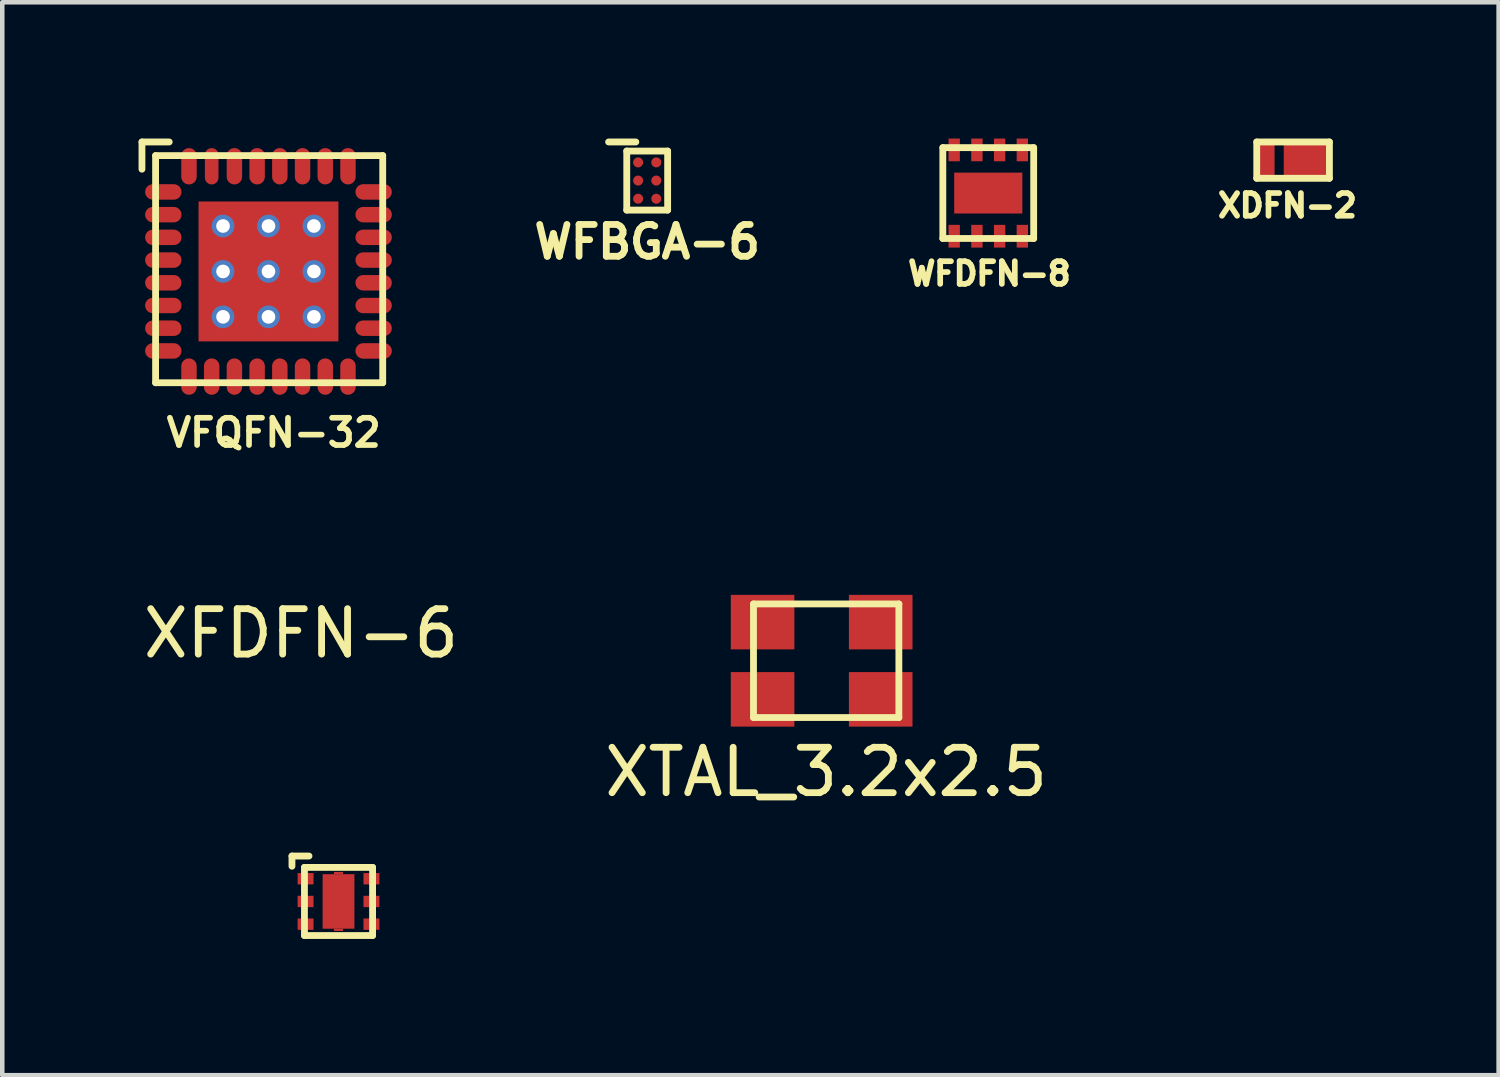
<source format=kicad_pcb>
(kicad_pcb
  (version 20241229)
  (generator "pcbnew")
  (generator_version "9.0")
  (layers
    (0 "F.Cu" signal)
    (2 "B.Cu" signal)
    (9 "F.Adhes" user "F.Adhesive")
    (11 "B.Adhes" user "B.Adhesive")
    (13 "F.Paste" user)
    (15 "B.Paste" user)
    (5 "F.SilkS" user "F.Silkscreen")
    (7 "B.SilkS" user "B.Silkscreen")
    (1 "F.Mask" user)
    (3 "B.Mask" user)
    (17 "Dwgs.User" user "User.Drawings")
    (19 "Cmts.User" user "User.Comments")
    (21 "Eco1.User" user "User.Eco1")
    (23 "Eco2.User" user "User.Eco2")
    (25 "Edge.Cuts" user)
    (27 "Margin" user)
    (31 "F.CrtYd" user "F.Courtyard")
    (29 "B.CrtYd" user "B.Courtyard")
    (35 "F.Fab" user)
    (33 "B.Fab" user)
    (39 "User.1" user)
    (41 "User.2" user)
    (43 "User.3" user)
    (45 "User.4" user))
  (footprint "XTAL_3.2x2.5"
    (layer "F.Cu")
    (at 15.137 11.545)
    (property "Reference" "XTAL_3.2x2.5" (at 0 2.4 0) (layer "F.SilkS") (effects (font (size 1 1) (thickness 0.15))))
    (attr through_hole)
    (fp_line (start -1.6 -1.3) (end 1.6 -1.3) (stroke (width 0.15) (type solid)) (layer "F.SilkS"))
    (fp_line (start -1.6 1.2) (end -1.6 -1.3) (stroke (width 0.15) (type solid)) (layer "F.SilkS"))
    (fp_line (start 1.6 -1.3) (end 1.6 1.2) (stroke (width 0.15) (type solid)) (layer "F.SilkS"))
    (fp_line (start 1.6 1.2) (end -1.6 1.2) (stroke (width 0.15) (type solid)) (layer "F.SilkS"))
    (pad "1" smd rect (at -1.4 0.8) (size 1.4 1.2) (layers "F.Cu" "F.Mask" "F.Paste"))
    (pad "2" smd rect (at 1.2 0.8) (size 1.4 1.2) (layers "F.Cu" "F.Mask" "F.Paste"))
    (pad "3" smd rect (at 1.2 -0.9) (size 1.4 1.2) (layers "F.Cu" "F.Mask" "F.Paste"))
    (pad "4" smd rect (at -1.4 -0.9) (size 1.4 1.2) (layers "F.Cu" "F.Mask" "F.Paste")))
  (footprint "XDFN-2"
    (layer "F.Cu")
    (at 24.815 0.475)
    (property "Reference" "XDFN-2" (at 0.475 1 0) (layer "F.SilkS") (effects (font (size 0.5 0.5) (thickness 0.125))))
    (attr through_hole)
    (fp_line (start -0.2 -0.4) (end 1.4 -0.4) (stroke (width 0.15) (type solid)) (layer "F.SilkS"))
    (fp_line (start -0.2 0.4) (end -0.2 -0.4) (stroke (width 0.15) (type solid)) (layer "F.SilkS"))
    (fp_line (start 1.4 -0.4) (end 1.4 0.4) (stroke (width 0.15) (type solid)) (layer "F.SilkS"))
    (fp_line (start 1.4 0.4) (end -0.2 0.4) (stroke (width 0.15) (type solid)) (layer "F.SilkS"))
    (pad "1" smd rect (at 0.912 0) (size 1.035 0.69) (layers "F.Cu" "F.Mask" "F.Paste"))
    (pad "2" smd rect (at 0 0) (size 0.385 0.69) (layers "F.Cu" "F.Mask" "F.Paste")))
  (footprint "WFBGA-6"
    (layer "F.Cu")
    (at 11.197 0.925)
    (property "Reference" "WFBGA-6" (at 0 1.35 0) (layer "F.SilkS") (effects (font (size 0.7 0.7) (thickness 0.15))))
    (attr through_hole)
    (fp_line (start -0.85 -0.85) (end -0.25 -0.85) (stroke (width 0.15) (type solid)) (layer "F.SilkS"))
    (fp_line (start -0.45 -0.65) (end 0.45 -0.65) (stroke (width 0.15) (type solid)) (layer "F.SilkS"))
    (fp_line (start -0.45 0.65) (end -0.45 -0.65) (stroke (width 0.15) (type solid)) (layer "F.SilkS"))
    (fp_line (start 0.45 -0.65) (end 0.45 0.65) (stroke (width 0.15) (type solid)) (layer "F.SilkS"))
    (fp_line (start 0.45 0.65) (end -0.45 0.65) (stroke (width 0.15) (type solid)) (layer "F.SilkS"))
    (pad "A1" smd circle (at -0.2 -0.4) (size 0.22 0.22) (layers "F.Cu" "F.Mask" "F.Paste"))
    (pad "A2" smd circle (at 0.2 -0.4) (size 0.22 0.22) (layers "F.Cu" "F.Mask" "F.Paste"))
    (pad "B1" smd circle (at -0.2 0) (size 0.22 0.22) (layers "F.Cu" "F.Mask" "F.Paste"))
    (pad "B2" smd circle (at 0.2 0) (size 0.22 0.22) (layers "F.Cu" "F.Mask" "F.Paste"))
    (pad "C1" smd circle (at -0.2 0.4) (size 0.22 0.22) (layers "F.Cu" "F.Mask" "F.Paste"))
    (pad "C2" smd circle (at 0.2 0.4) (size 0.22 0.22) (layers "F.Cu" "F.Mask" "F.Paste")))
  (footprint "XFDFN-6"
    (layer "F.Cu")
    (at 3.677 16.294)
    (property "Reference" "XFDFN-6" (at -0.1 -5.4 0) (layer "F.SilkS") (effects (font (size 1 1) (thickness 0.15))))
    (attr through_hole)
    (fp_line (start -0.3 -0.5) (end -0.3 -0.275) (stroke (width 0.15) (type solid)) (layer "F.SilkS"))
    (fp_line (start -0.025 -0.25) (end 1.475 -0.25) (stroke (width 0.15) (type solid)) (layer "F.SilkS"))
    (fp_line (start -0.025 1.25) (end -0.025 -0.25) (stroke (width 0.15) (type solid)) (layer "F.SilkS"))
    (fp_line (start 0.075 -0.5) (end -0.3 -0.5) (stroke (width 0.15) (type solid)) (layer "F.SilkS"))
    (fp_line (start 1.475 -0.25) (end 1.475 1.25) (stroke (width 0.15) (type solid)) (layer "F.SilkS"))
    (fp_line (start 1.475 1.25) (end -0.025 1.25) (stroke (width 0.15) (type solid)) (layer "F.SilkS"))
    (pad "1" smd rect (at 0 0) (size 0.35 0.25) (layers "F.Cu" "F.Mask" "F.Paste"))
    (pad "2" smd rect (at 0 0.5) (size 0.35 0.25) (layers "F.Cu" "F.Mask" "F.Paste"))
    (pad "3" smd rect (at 0 1) (size 0.35 0.25) (layers "F.Cu" "F.Mask" "F.Paste"))
    (pad "4" smd rect (at 1.45 1) (size 0.35 0.25) (layers "F.Cu" "F.Mask" "F.Paste"))
    (pad "5" smd rect (at 1.45 0.5) (size 0.35 0.25) (layers "F.Cu" "F.Mask" "F.Paste"))
    (pad "6" smd rect (at 1.45 0) (size 0.35 0.25) (layers "F.Cu" "F.Mask" "F.Paste"))
    (pad "PAD" smd rect (at 0.725 -0.125) (size 0.2 0.05) (layers "F.Cu" "F.Mask" "F.Paste"))
    (pad "PAD" smd rect (at 0.725 0.5) (size 0.7 1.2) (layers "F.Cu" "F.Mask" "F.Paste"))
    (pad "PAD" smd rect (at 0.725 1.125) (size 0.2 0.05) (layers "F.Cu" "F.Mask" "F.Paste")))
  (footprint "WFDFN-8"
    (layer "F.Cu")
    (at 18.705 1.2)
    (property "Reference" "WFDFN-8" (at 0.025 1.775 0) (layer "F.SilkS") (effects (font (size 0.5 0.5) (thickness 0.125))))
    (attr through_hole)
    (fp_line (start -1 -1) (end 1 -1) (stroke (width 0.15) (type solid)) (layer "F.SilkS"))
    (fp_line (start -1 1) (end -1 -1) (stroke (width 0.15) (type solid)) (layer "F.SilkS"))
    (fp_line (start 1 -1) (end 1 1) (stroke (width 0.15) (type solid)) (layer "F.SilkS"))
    (fp_line (start 1 1) (end -1 1) (stroke (width 0.15) (type solid)) (layer "F.SilkS"))
    (pad "1" smd rect (at -0.75 0.95) (size 0.25 0.5) (layers "F.Cu" "F.Mask" "F.Paste"))
    (pad "2" smd rect (at -0.25 0.95) (size 0.25 0.5) (layers "F.Cu" "F.Mask" "F.Paste"))
    (pad "3" smd rect (at 0.25 0.95) (size 0.25 0.5) (layers "F.Cu" "F.Mask" "F.Paste"))
    (pad "4" smd rect (at 0.75 0.95) (size 0.25 0.5) (layers "F.Cu" "F.Mask" "F.Paste"))
    (pad "5" smd rect (at 0.75 -0.95) (size 0.25 0.5) (layers "F.Cu" "F.Mask" "F.Paste"))
    (pad "6" smd rect (at 0.25 -0.95) (size 0.25 0.5) (layers "F.Cu" "F.Mask" "F.Paste"))
    (pad "7" smd rect (at -0.25 -0.95) (size 0.25 0.5) (layers "F.Cu" "F.Mask" "F.Paste"))
    (pad "8" smd rect (at -0.75 -0.95) (size 0.25 0.5) (layers "F.Cu" "F.Mask" "F.Paste"))
    (pad "9" smd rect (at 0 0) (size 1.5 0.9) (layers "F.Cu" "F.Mask" "F.Paste")))
  (footprint "VFQFN-32"
    (layer "F.Cu")
    (at 2.86 2.925)
    (property "Reference" "VFQFN-32" (at 0.115 3.55 0) (layer "F.SilkS") (effects (font (size 0.6 0.6) (thickness 0.125))))
    (attr through_hole)
    (fp_line (start -2.785 -2.85) (end -2.785 -2.25) (stroke (width 0.15) (type solid)) (layer "F.SilkS"))
    (fp_line (start -2.485 -2.55) (end 2.515 -2.55) (stroke (width 0.15) (type solid)) (layer "F.SilkS"))
    (fp_line (start -2.485 2.45) (end -2.485 -2.55) (stroke (width 0.15) (type solid)) (layer "F.SilkS"))
    (fp_line (start -2.185 -2.85) (end -2.785 -2.85) (stroke (width 0.15) (type solid)) (layer "F.SilkS"))
    (fp_line (start 2.515 -2.55) (end 2.515 2.45) (stroke (width 0.15) (type solid)) (layer "F.SilkS"))
    (fp_line (start 2.515 2.45) (end -2.485 2.45) (stroke (width 0.15) (type solid)) (layer "F.SilkS"))
    (pad "1" smd oval (at -2.315 -1.75) (size 0.8 0.34) (layers "F.Cu" "F.Mask" "F.Paste"))
    (pad "2" smd oval (at -2.315 -1.25) (size 0.8 0.34) (layers "F.Cu" "F.Mask" "F.Paste"))
    (pad "3" smd oval (at -2.315 -0.75) (size 0.8 0.34) (layers "F.Cu" "F.Mask" "F.Paste"))
    (pad "4" smd oval (at -2.315 -0.25) (size 0.8 0.34) (layers "F.Cu" "F.Mask" "F.Paste"))
    (pad "5" smd oval (at -2.315 0.25) (size 0.8 0.34) (layers "F.Cu" "F.Mask" "F.Paste"))
    (pad "6" smd oval (at -2.315 0.75) (size 0.8 0.34) (layers "F.Cu" "F.Mask" "F.Paste"))
    (pad "7" smd oval (at -2.315 1.25) (size 0.8 0.34) (layers "F.Cu" "F.Mask" "F.Paste"))
    (pad "8" smd oval (at -2.315 1.75) (size 0.8 0.34) (layers "F.Cu" "F.Mask" "F.Paste"))
    (pad "9" smd oval (at -1.75 2.315 90) (size 0.8 0.34) (layers "F.Cu" "F.Mask" "F.Paste"))
    (pad "10" smd oval (at -1.25 2.315 90) (size 0.8 0.34) (layers "F.Cu" "F.Mask" "F.Paste"))
    (pad "11" smd oval (at -0.75 2.315 90) (size 0.8 0.34) (layers "F.Cu" "F.Mask" "F.Paste"))
    (pad "12" smd oval (at -0.25 2.315 90) (size 0.8 0.34) (layers "F.Cu" "F.Mask" "F.Paste"))
    (pad "13" smd oval (at 0.25 2.315 90) (size 0.8 0.34) (layers "F.Cu" "F.Mask" "F.Paste"))
    (pad "14" smd oval (at 0.75 2.315 90) (size 0.8 0.34) (layers "F.Cu" "F.Mask" "F.Paste"))
    (pad "15" smd oval (at 1.25 2.315 90) (size 0.8 0.34) (layers "F.Cu" "F.Mask" "F.Paste"))
    (pad "16" smd oval (at 1.75 2.315 90) (size 0.8 0.34) (layers "F.Cu" "F.Mask" "F.Paste"))
    (pad "17" smd oval (at 2.315 1.75) (size 0.8 0.34) (layers "F.Cu" "F.Mask" "F.Paste"))
    (pad "18" smd oval (at 2.315 1.25) (size 0.8 0.34) (layers "F.Cu" "F.Mask" "F.Paste"))
    (pad "19" smd oval (at 2.315 0.75) (size 0.8 0.34) (layers "F.Cu" "F.Mask" "F.Paste"))
    (pad "20" smd oval (at 2.315 0.25) (size 0.8 0.34) (layers "F.Cu" "F.Mask" "F.Paste"))
    (pad "21" smd oval (at 2.315 -0.25) (size 0.8 0.34) (layers "F.Cu" "F.Mask" "F.Paste"))
    (pad "22" smd oval (at 2.315 -0.75) (size 0.8 0.34) (layers "F.Cu" "F.Mask" "F.Paste"))
    (pad "23" smd oval (at 2.315 -1.25) (size 0.8 0.34) (layers "F.Cu" "F.Mask" "F.Paste"))
    (pad "24" smd oval (at 2.315 -1.75) (size 0.8 0.34) (layers "F.Cu" "F.Mask" "F.Paste"))
    (pad "25" smd oval (at 1.75 -2.315 90) (size 0.8 0.34) (layers "F.Cu" "F.Mask" "F.Paste"))
    (pad "26" smd oval (at 1.25 -2.315 90) (size 0.8 0.34) (layers "F.Cu" "F.Mask" "F.Paste"))
    (pad "27" smd oval (at 0.75 -2.315 90) (size 0.8 0.34) (layers "F.Cu" "F.Mask" "F.Paste"))
    (pad "28" smd oval (at 0.25 -2.315 90) (size 0.8 0.34) (layers "F.Cu" "F.Mask" "F.Paste"))
    (pad "29" smd oval (at -0.25 -2.315 90) (size 0.8 0.34) (layers "F.Cu" "F.Mask" "F.Paste"))
    (pad "30" smd oval (at -0.75 -2.315 90) (size 0.8 0.34) (layers "F.Cu" "F.Mask" "F.Paste"))
    (pad "31" smd oval (at -1.25 -2.315 90) (size 0.8 0.3) (layers "F.Cu" "F.Mask" "F.Paste"))
    (pad "32" smd oval (at -1.75 -2.315 90) (size 0.8 0.34) (layers "F.Cu" "F.Mask" "F.Paste"))
    (pad "EP" thru_hole circle (at -1 -1) (size 0.5 0.5) (drill 0.3) (layers "*.Cu"))
    (pad "EP" thru_hole circle (at -1 0) (size 0.5 0.5) (drill 0.3) (layers "*.Cu"))
    (pad "EP" thru_hole circle (at -1 1) (size 0.5 0.5) (drill 0.3) (layers "*.Cu"))
    (pad "EP" thru_hole circle (at 0 -1) (size 0.5 0.5) (drill 0.3) (layers "*.Cu"))
    (pad "EP" thru_hole circle (at 0 0) (size 0.5 0.5) (drill 0.3) (layers "*.Cu"))
    (pad "EP" smd rect (at 0 0) (size 3.08 3.08) (layers "F.Cu" "F.Mask" "F.Paste"))
    (pad "EP" thru_hole circle (at 0 1) (size 0.5 0.5) (drill 0.3) (layers "*.Cu"))
    (pad "EP" thru_hole circle (at 1 -1) (size 0.5 0.5) (drill 0.3) (layers "*.Cu"))
    (pad "EP" thru_hole circle (at 1 0) (size 0.5 0.5) (drill 0.3) (layers "*.Cu"))
    (pad "EP" thru_hole circle (at 1 1) (size 0.5 0.5) (drill 0.3) (layers "*.Cu")))
  (gr_rect
    (start -3 -3)
    (end 29.94 20.619)
    (stroke (width 0.1) (type default))
    (fill no)
    (layer "Edge.Cuts")))
</source>
